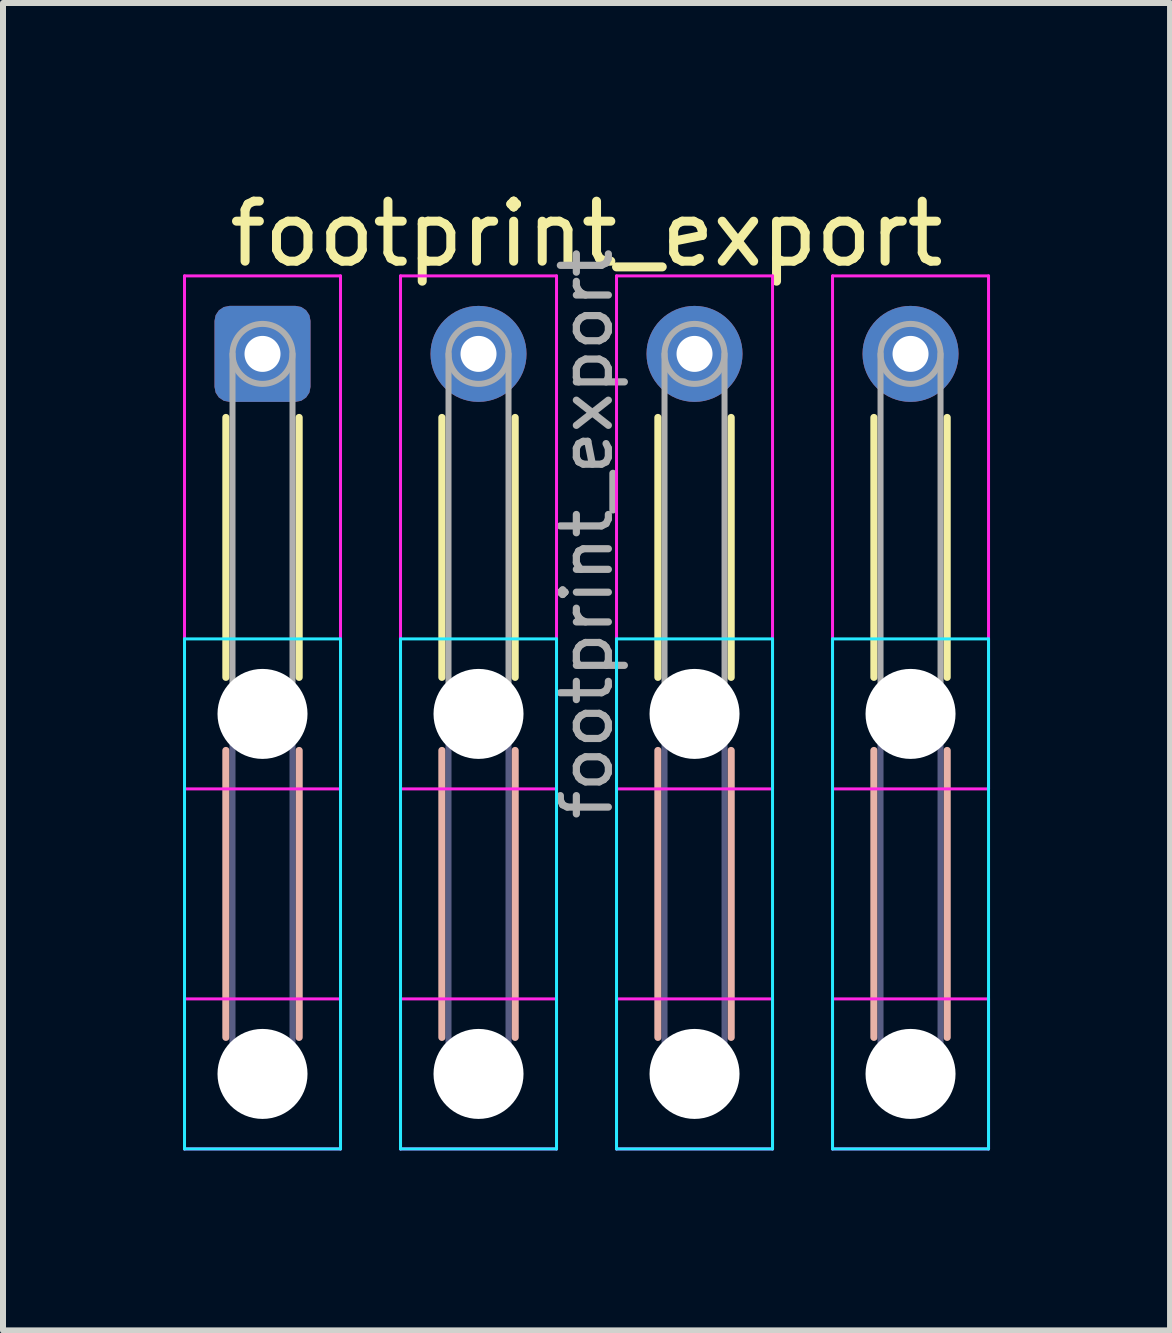
<source format=kicad_pcb>
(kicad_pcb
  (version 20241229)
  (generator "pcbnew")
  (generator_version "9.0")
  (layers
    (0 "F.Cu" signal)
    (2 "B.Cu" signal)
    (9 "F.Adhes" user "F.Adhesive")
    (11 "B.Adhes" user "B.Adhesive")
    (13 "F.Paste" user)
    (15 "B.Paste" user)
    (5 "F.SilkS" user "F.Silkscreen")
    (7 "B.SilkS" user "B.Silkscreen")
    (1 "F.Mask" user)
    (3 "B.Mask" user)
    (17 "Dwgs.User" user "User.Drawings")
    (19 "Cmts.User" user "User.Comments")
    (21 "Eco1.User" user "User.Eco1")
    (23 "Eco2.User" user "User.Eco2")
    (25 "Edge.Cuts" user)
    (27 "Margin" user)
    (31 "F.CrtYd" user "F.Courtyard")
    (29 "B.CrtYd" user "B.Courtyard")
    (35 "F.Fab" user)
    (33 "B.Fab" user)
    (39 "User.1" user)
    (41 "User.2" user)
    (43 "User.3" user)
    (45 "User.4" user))
  (footprint "footprint_export"
    (layer "F.Cu")
    (at 1.325 2.848)
    (property "Reference" "footprint_export" (at 5.4 -2 0) (layer "F.SilkS") (effects (font (size 1 1) (thickness 0.15))))
    (attr exclude_from_pos_files exclude_from_bom)
    (fp_line (start -0.61 1.06) (end -0.61 5.39) (stroke (width 0.12) (type solid)) (layer "F.SilkS"))
    (fp_line (start 0.61 1.06) (end 0.61 5.39) (stroke (width 0.12) (type solid)) (layer "F.SilkS"))
    (fp_line (start 2.99 1.06) (end 2.99 5.39) (stroke (width 0.12) (type solid)) (layer "F.SilkS"))
    (fp_line (start 4.21 1.06) (end 4.21 5.39) (stroke (width 0.12) (type solid)) (layer "F.SilkS"))
    (fp_line (start 6.59 1.06) (end 6.59 5.39) (stroke (width 0.12) (type solid)) (layer "F.SilkS"))
    (fp_line (start 7.81 1.06) (end 7.81 5.39) (stroke (width 0.12) (type solid)) (layer "F.SilkS"))
    (fp_line (start 10.19 1.06) (end 10.19 5.39) (stroke (width 0.12) (type solid)) (layer "F.SilkS"))
    (fp_line (start 11.41 1.06) (end 11.41 5.39) (stroke (width 0.12) (type solid)) (layer "F.SilkS"))
    (fp_line (start -0.61 6.61) (end -0.61 11.39) (stroke (width 0.12) (type solid)) (layer "B.SilkS"))
    (fp_line (start 0.61 6.61) (end 0.61 11.39) (stroke (width 0.12) (type solid)) (layer "B.SilkS"))
    (fp_line (start 2.99 6.61) (end 2.99 11.39) (stroke (width 0.12) (type solid)) (layer "B.SilkS"))
    (fp_line (start 4.21 6.61) (end 4.21 11.39) (stroke (width 0.12) (type solid)) (layer "B.SilkS"))
    (fp_line (start 6.59 6.61) (end 6.59 11.39) (stroke (width 0.12) (type solid)) (layer "B.SilkS"))
    (fp_line (start 7.81 6.61) (end 7.81 11.39) (stroke (width 0.12) (type solid)) (layer "B.SilkS"))
    (fp_line (start 10.19 6.61) (end 10.19 11.39) (stroke (width 0.12) (type solid)) (layer "B.SilkS"))
    (fp_line (start 11.41 6.61) (end 11.41 11.39) (stroke (width 0.12) (type solid)) (layer "B.SilkS"))
    (fp_line (start -1.3 4.75) (end -1.3 13.25) (stroke (width 0.05) (type solid)) (layer "B.CrtYd"))
    (fp_line (start -1.3 13.25) (end 1.3 13.25) (stroke (width 0.05) (type solid)) (layer "B.CrtYd"))
    (fp_line (start 1.3 4.75) (end -1.3 4.75) (stroke (width 0.05) (type solid)) (layer "B.CrtYd"))
    (fp_line (start 1.3 13.25) (end 1.3 4.75) (stroke (width 0.05) (type solid)) (layer "B.CrtYd"))
    (fp_line (start 2.3 4.75) (end 2.3 13.25) (stroke (width 0.05) (type solid)) (layer "B.CrtYd"))
    (fp_line (start 2.3 13.25) (end 4.9 13.25) (stroke (width 0.05) (type solid)) (layer "B.CrtYd"))
    (fp_line (start 4.9 4.75) (end 2.3 4.75) (stroke (width 0.05) (type solid)) (layer "B.CrtYd"))
    (fp_line (start 4.9 13.25) (end 4.9 4.75) (stroke (width 0.05) (type solid)) (layer "B.CrtYd"))
    (fp_line (start 5.9 4.75) (end 5.9 13.25) (stroke (width 0.05) (type solid)) (layer "B.CrtYd"))
    (fp_line (start 5.9 13.25) (end 8.5 13.25) (stroke (width 0.05) (type solid)) (layer "B.CrtYd"))
    (fp_line (start 8.5 4.75) (end 5.9 4.75) (stroke (width 0.05) (type solid)) (layer "B.CrtYd"))
    (fp_line (start 8.5 13.25) (end 8.5 4.75) (stroke (width 0.05) (type solid)) (layer "B.CrtYd"))
    (fp_line (start 9.5 4.75) (end 9.5 13.25) (stroke (width 0.05) (type solid)) (layer "B.CrtYd"))
    (fp_line (start 9.5 13.25) (end 12.1 13.25) (stroke (width 0.05) (type solid)) (layer "B.CrtYd"))
    (fp_line (start 12.1 4.75) (end 9.5 4.75) (stroke (width 0.05) (type solid)) (layer "B.CrtYd"))
    (fp_line (start 12.1 13.25) (end 12.1 4.75) (stroke (width 0.05) (type solid)) (layer "B.CrtYd"))
    (fp_line (start -1.3 -1.3) (end -1.3 7.25) (stroke (width 0.05) (type solid)) (layer "F.CrtYd"))
    (fp_line (start -1.3 7.25) (end 1.3 7.25) (stroke (width 0.05) (type solid)) (layer "F.CrtYd"))
    (fp_line (start -1.3 10.75) (end -1.3 13.25) (stroke (width 0.05) (type solid)) (layer "F.CrtYd"))
    (fp_line (start -1.3 13.25) (end 1.3 13.25) (stroke (width 0.05) (type solid)) (layer "F.CrtYd"))
    (fp_line (start 1.3 -1.3) (end -1.3 -1.3) (stroke (width 0.05) (type solid)) (layer "F.CrtYd"))
    (fp_line (start 1.3 7.25) (end 1.3 -1.3) (stroke (width 0.05) (type solid)) (layer "F.CrtYd"))
    (fp_line (start 1.3 10.75) (end -1.3 10.75) (stroke (width 0.05) (type solid)) (layer "F.CrtYd"))
    (fp_line (start 1.3 13.25) (end 1.3 10.75) (stroke (width 0.05) (type solid)) (layer "F.CrtYd"))
    (fp_line (start 2.3 -1.3) (end 2.3 7.25) (stroke (width 0.05) (type solid)) (layer "F.CrtYd"))
    (fp_line (start 2.3 7.25) (end 4.9 7.25) (stroke (width 0.05) (type solid)) (layer "F.CrtYd"))
    (fp_line (start 2.3 10.75) (end 2.3 13.25) (stroke (width 0.05) (type solid)) (layer "F.CrtYd"))
    (fp_line (start 2.3 13.25) (end 4.9 13.25) (stroke (width 0.05) (type solid)) (layer "F.CrtYd"))
    (fp_line (start 4.9 -1.3) (end 2.3 -1.3) (stroke (width 0.05) (type solid)) (layer "F.CrtYd"))
    (fp_line (start 4.9 7.25) (end 4.9 -1.3) (stroke (width 0.05) (type solid)) (layer "F.CrtYd"))
    (fp_line (start 4.9 10.75) (end 2.3 10.75) (stroke (width 0.05) (type solid)) (layer "F.CrtYd"))
    (fp_line (start 4.9 13.25) (end 4.9 10.75) (stroke (width 0.05) (type solid)) (layer "F.CrtYd"))
    (fp_line (start 5.9 -1.3) (end 5.9 7.25) (stroke (width 0.05) (type solid)) (layer "F.CrtYd"))
    (fp_line (start 5.9 7.25) (end 8.5 7.25) (stroke (width 0.05) (type solid)) (layer "F.CrtYd"))
    (fp_line (start 5.9 10.75) (end 5.9 13.25) (stroke (width 0.05) (type solid)) (layer "F.CrtYd"))
    (fp_line (start 5.9 13.25) (end 8.5 13.25) (stroke (width 0.05) (type solid)) (layer "F.CrtYd"))
    (fp_line (start 8.5 -1.3) (end 5.9 -1.3) (stroke (width 0.05) (type solid)) (layer "F.CrtYd"))
    (fp_line (start 8.5 7.25) (end 8.5 -1.3) (stroke (width 0.05) (type solid)) (layer "F.CrtYd"))
    (fp_line (start 8.5 10.75) (end 5.9 10.75) (stroke (width 0.05) (type solid)) (layer "F.CrtYd"))
    (fp_line (start 8.5 13.25) (end 8.5 10.75) (stroke (width 0.05) (type solid)) (layer "F.CrtYd"))
    (fp_line (start 9.5 -1.3) (end 9.5 7.25) (stroke (width 0.05) (type solid)) (layer "F.CrtYd"))
    (fp_line (start 9.5 7.25) (end 12.1 7.25) (stroke (width 0.05) (type solid)) (layer "F.CrtYd"))
    (fp_line (start 9.5 10.75) (end 9.5 13.25) (stroke (width 0.05) (type solid)) (layer "F.CrtYd"))
    (fp_line (start 9.5 13.25) (end 12.1 13.25) (stroke (width 0.05) (type solid)) (layer "F.CrtYd"))
    (fp_line (start 12.1 -1.3) (end 9.5 -1.3) (stroke (width 0.05) (type solid)) (layer "F.CrtYd"))
    (fp_line (start 12.1 7.25) (end 12.1 -1.3) (stroke (width 0.05) (type solid)) (layer "F.CrtYd"))
    (fp_line (start 12.1 10.75) (end 9.5 10.75) (stroke (width 0.05) (type solid)) (layer "F.CrtYd"))
    (fp_line (start 12.1 13.25) (end 12.1 10.75) (stroke (width 0.05) (type solid)) (layer "F.CrtYd"))
    (fp_line (start -0.5 6) (end -0.5 12) (stroke (width 0.1) (type solid)) (layer "B.Fab"))
    (fp_line (start 0.5 6) (end 0.5 12) (stroke (width 0.1) (type solid)) (layer "B.Fab"))
    (fp_line (start 3.1 6) (end 3.1 12) (stroke (width 0.1) (type solid)) (layer "B.Fab"))
    (fp_line (start 4.1 6) (end 4.1 12) (stroke (width 0.1) (type solid)) (layer "B.Fab"))
    (fp_line (start 6.7 6) (end 6.7 12) (stroke (width 0.1) (type solid)) (layer "B.Fab"))
    (fp_line (start 7.7 6) (end 7.7 12) (stroke (width 0.1) (type solid)) (layer "B.Fab"))
    (fp_line (start 10.3 6) (end 10.3 12) (stroke (width 0.1) (type solid)) (layer "B.Fab"))
    (fp_line (start 11.3 6) (end 11.3 12) (stroke (width 0.1) (type solid)) (layer "B.Fab"))
    (fp_circle (center 0 6) (end 0.5 6) (stroke (width 0.1) (type solid)) (fill no) (layer "B.Fab"))
    (fp_circle (center 0 12) (end 0.5 12) (stroke (width 0.1) (type solid)) (fill no) (layer "B.Fab"))
    (fp_circle (center 3.6 6) (end 4.1 6) (stroke (width 0.1) (type solid)) (fill no) (layer "B.Fab"))
    (fp_circle (center 3.6 12) (end 4.1 12) (stroke (width 0.1) (type solid)) (fill no) (layer "B.Fab"))
    (fp_circle (center 7.2 6) (end 7.7 6) (stroke (width 0.1) (type solid)) (fill no) (layer "B.Fab"))
    (fp_circle (center 7.2 12) (end 7.7 12) (stroke (width 0.1) (type solid)) (fill no) (layer "B.Fab"))
    (fp_circle (center 10.8 6) (end 11.3 6) (stroke (width 0.1) (type solid)) (fill no) (layer "B.Fab"))
    (fp_circle (center 10.8 12) (end 11.3 12) (stroke (width 0.1) (type solid)) (fill no) (layer "B.Fab"))
    (fp_line (start -0.5 0) (end -0.5 6) (stroke (width 0.1) (type solid)) (layer "F.Fab"))
    (fp_line (start 0.5 0) (end 0.5 6) (stroke (width 0.1) (type solid)) (layer "F.Fab"))
    (fp_line (start 3.1 0) (end 3.1 6) (stroke (width 0.1) (type solid)) (layer "F.Fab"))
    (fp_line (start 4.1 0) (end 4.1 6) (stroke (width 0.1) (type solid)) (layer "F.Fab"))
    (fp_line (start 6.7 0) (end 6.7 6) (stroke (width 0.1) (type solid)) (layer "F.Fab"))
    (fp_line (start 7.7 0) (end 7.7 6) (stroke (width 0.1) (type solid)) (layer "F.Fab"))
    (fp_line (start 10.3 0) (end 10.3 6) (stroke (width 0.1) (type solid)) (layer "F.Fab"))
    (fp_line (start 11.3 0) (end 11.3 6) (stroke (width 0.1) (type solid)) (layer "F.Fab"))
    (fp_circle (center 0 0) (end 0.5 0) (stroke (width 0.1) (type solid)) (fill no) (layer "F.Fab"))
    (fp_circle (center 0 6) (end 0.5 6) (stroke (width 0.1) (type solid)) (fill no) (layer "F.Fab"))
    (fp_circle (center 0 12) (end 0.5 12) (stroke (width 0.1) (type solid)) (fill no) (layer "F.Fab"))
    (fp_circle (center 3.6 0) (end 4.1 0) (stroke (width 0.1) (type solid)) (fill no) (layer "F.Fab"))
    (fp_circle (center 3.6 6) (end 4.1 6) (stroke (width 0.1) (type solid)) (fill no) (layer "F.Fab"))
    (fp_circle (center 3.6 12) (end 4.1 12) (stroke (width 0.1) (type solid)) (fill no) (layer "F.Fab"))
    (fp_circle (center 7.2 0) (end 7.7 0) (stroke (width 0.1) (type solid)) (fill no) (layer "F.Fab"))
    (fp_circle (center 7.2 6) (end 7.7 6) (stroke (width 0.1) (type solid)) (fill no) (layer "F.Fab"))
    (fp_circle (center 7.2 12) (end 7.7 12) (stroke (width 0.1) (type solid)) (fill no) (layer "F.Fab"))
    (fp_circle (center 10.8 0) (end 11.3 0) (stroke (width 0.1) (type solid)) (fill no) (layer "F.Fab"))
    (fp_circle (center 10.8 6) (end 11.3 6) (stroke (width 0.1) (type solid)) (fill no) (layer "F.Fab"))
    (fp_circle (center 10.8 12) (end 11.3 12) (stroke (width 0.1) (type solid)) (fill no) (layer "F.Fab"))
    (fp_text user "${REFERENCE}" (at 5.4 3 90) (layer "F.Fab") (effects (font (size 0.8 0.8) (thickness 0.12))))
    (pad "" np_thru_hole circle (at 0 6) (size 1.5 1.5) (drill 1.5) (layers "*.Cu" "*.Mask"))
    (pad "" np_thru_hole circle (at 0 12) (size 1.5 1.5) (drill 1.5) (layers "*.Cu" "*.Mask"))
    (pad "" np_thru_hole circle (at 3.6 6) (size 1.5 1.5) (drill 1.5) (layers "*.Cu" "*.Mask"))
    (pad "" np_thru_hole circle (at 3.6 12) (size 1.5 1.5) (drill 1.5) (layers "*.Cu" "*.Mask"))
    (pad "" np_thru_hole circle (at 7.2 6) (size 1.5 1.5) (drill 1.5) (layers "*.Cu" "*.Mask"))
    (pad "" np_thru_hole circle (at 7.2 12) (size 1.5 1.5) (drill 1.5) (layers "*.Cu" "*.Mask"))
    (pad "" np_thru_hole circle (at 10.8 6) (size 1.5 1.5) (drill 1.5) (layers "*.Cu" "*.Mask"))
    (pad "" np_thru_hole circle (at 10.8 12) (size 1.5 1.5) (drill 1.5) (layers "*.Cu" "*.Mask"))
    (pad "1" thru_hole roundrect (at 0 0) (size 1.6 1.6) (drill 0.6) (layers "*.Cu" "*.Mask") (roundrect_rratio 0.156))
    (pad "2" thru_hole circle (at 3.6 0) (size 1.6 1.6) (drill 0.6) (layers "*.Cu" "*.Mask"))
    (pad "3" thru_hole circle (at 7.2 0) (size 1.6 1.6) (drill 0.6) (layers "*.Cu" "*.Mask"))
    (pad "4" thru_hole circle (at 10.8 0) (size 1.6 1.6) (drill 0.6) (layers "*.Cu" "*.Mask")))
  (gr_rect
    (start -3 -3)
    (end 16.45 19.123)
    (stroke (width 0.1) (type default))
    (fill no)
    (layer "Edge.Cuts")))
</source>
